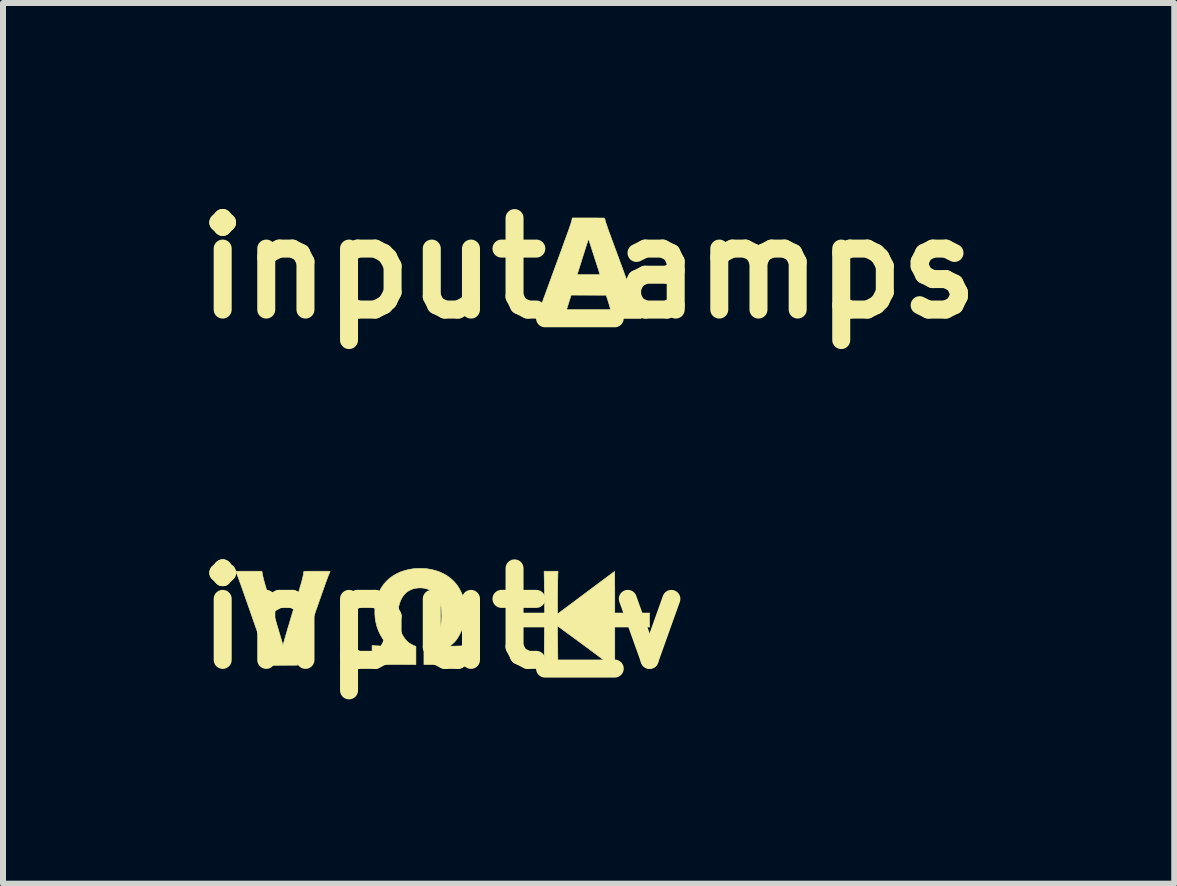
<source format=kicad_pcb>
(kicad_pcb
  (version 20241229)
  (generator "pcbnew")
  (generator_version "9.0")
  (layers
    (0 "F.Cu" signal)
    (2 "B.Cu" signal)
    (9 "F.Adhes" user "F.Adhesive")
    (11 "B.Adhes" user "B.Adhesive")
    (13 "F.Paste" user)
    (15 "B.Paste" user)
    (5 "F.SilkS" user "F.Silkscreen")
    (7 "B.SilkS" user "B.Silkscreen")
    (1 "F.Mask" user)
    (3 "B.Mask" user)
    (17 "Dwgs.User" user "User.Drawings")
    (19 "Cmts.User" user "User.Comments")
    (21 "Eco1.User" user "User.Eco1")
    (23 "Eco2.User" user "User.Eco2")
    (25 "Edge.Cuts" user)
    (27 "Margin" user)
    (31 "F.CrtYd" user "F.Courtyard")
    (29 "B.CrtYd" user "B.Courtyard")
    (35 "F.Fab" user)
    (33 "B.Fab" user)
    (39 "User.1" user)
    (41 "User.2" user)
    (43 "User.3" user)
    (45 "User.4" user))
  (footprint "input_v"
    (layer "F.Cu")
    (at 4.325 7.254)
    (property "Reference" "input_v" (at 0 0 0) (layer "F.SilkS") (effects (font (size 1.524 1.524) (thickness 0.3))))
    (attr through_hole)
    (fp_poly (pts (xy 1.918 -0.705) (xy 1.918 -0.678) (xy 1.917 -0.647) (xy 1.916 -0.613) (xy 1.916 -0.576) (xy 1.915 -0.536) (xy 1.915 -0.495) (xy 1.914 -0.452) (xy 1.914 -0.409) (xy 1.914 -0.366) (xy 1.913 -0.324) (xy 1.913 -0.284) (xy 1.913 -0.245) (xy 1.913 -0.208) (xy 1.913 -0.175) (xy 1.913 -0.146) (xy 1.913 -0.121) (xy 1.914 -0.101) (xy 1.914 -0.087) (xy 1.914 -0.078) (xy 1.915 -0.077) (xy 1.918 -0.079) (xy 1.927 -0.085) (xy 1.941 -0.096) (xy 1.96 -0.11) (xy 1.983 -0.127) (xy 2.011 -0.148) (xy 2.042 -0.171) (xy 2.078 -0.197) (xy 2.116 -0.226) (xy 2.158 -0.257) (xy 2.202 -0.29) (xy 2.249 -0.325) (xy 2.298 -0.362) (xy 2.349 -0.4) (xy 2.389 -0.43) (xy 2.441 -0.469) (xy 2.491 -0.506) (xy 2.54 -0.543) (xy 2.586 -0.577) (xy 2.63 -0.61) (xy 2.671 -0.64) (xy 2.709 -0.669) (xy 2.743 -0.694) (xy 2.774 -0.717) (xy 2.801 -0.737) (xy 2.823 -0.754) (xy 2.841 -0.767) (xy 2.854 -0.776) (xy 2.861 -0.782) (xy 2.863 -0.783) (xy 2.864 -0.78) (xy 2.864 -0.769) (xy 2.865 -0.752) (xy 2.865 -0.728) (xy 2.866 -0.698) (xy 2.866 -0.661) (xy 2.866 -0.618) (xy 2.866 -0.57) (xy 2.867 -0.515) (xy 2.867 -0.456) (xy 2.867 -0.438) (xy 2.867 -0.091) (xy 3.451 -0.091) (xy 3.448 -0.079) (xy 3.447 -0.071) (xy 3.446 -0.058) (xy 3.446 -0.039) (xy 3.446 -0.018) (xy 3.445 0.006) (xy 3.445 0.031) (xy 3.446 0.055) (xy 3.446 0.078) (xy 3.446 0.098) (xy 3.447 0.114) (xy 3.448 0.124) (xy 3.448 0.126) (xy 3.451 0.142) (xy 2.867 0.142) (xy 2.867 0.835) (xy 2.858 0.829) (xy 2.852 0.824) (xy 2.842 0.816) (xy 2.829 0.805) (xy 2.813 0.793) (xy 2.803 0.784) (xy 2.788 0.772) (xy 2.767 0.756) (xy 2.742 0.737) (xy 2.712 0.714) (xy 2.678 0.688) (xy 2.64 0.66) (xy 2.599 0.629) (xy 2.556 0.597) (xy 2.51 0.562) (xy 2.462 0.527) (xy 2.413 0.49) (xy 2.362 0.453) (xy 2.312 0.416) (xy 2.261 0.378) (xy 2.21 0.341) (xy 2.161 0.305) (xy 2.146 0.294) (xy 2.11 0.268) (xy 2.076 0.243) (xy 2.044 0.219) (xy 2.014 0.198) (xy 1.988 0.178) (xy 1.965 0.161) (xy 1.946 0.147) (xy 1.931 0.136) (xy 1.921 0.129) (xy 1.917 0.126) (xy 1.916 0.126) (xy 1.915 0.126) (xy 1.914 0.128) (xy 1.914 0.134) (xy 1.913 0.143) (xy 1.913 0.156) (xy 1.913 0.173) (xy 1.913 0.196) (xy 1.913 0.225) (xy 1.913 0.26) (xy 1.914 0.285) (xy 1.914 0.324) (xy 1.915 0.368) (xy 1.915 0.416) (xy 1.916 0.466) (xy 1.917 0.517) (xy 1.917 0.567) (xy 1.918 0.613) (xy 1.918 0.641) (xy 1.92 0.835) (xy 1.691 0.835) (xy 1.693 0.488) (xy 1.696 0.142) (xy 1.408 0.142) (xy 1.119 0.142) (xy 1.119 -0.091) (xy 1.409 -0.091) (xy 1.699 -0.091) (xy 1.697 -0.308) (xy 1.696 -0.352) (xy 1.696 -0.398) (xy 1.695 -0.445) (xy 1.695 -0.491) (xy 1.694 -0.536) (xy 1.693 -0.577) (xy 1.693 -0.615) (xy 1.692 -0.646) (xy 1.692 -0.656) (xy 1.69 -0.787) (xy 1.921 -0.787) (xy 1.918 -0.705)) (stroke (width 0.01) (type solid)) (fill yes) (layer "F.SilkS"))
    (fp_poly (pts (xy -0.351 -0.832) (xy -0.319 -0.832) (xy -0.291 -0.831) (xy -0.267 -0.829) (xy -0.258 -0.828) (xy -0.182 -0.815) (xy -0.11 -0.796) (xy -0.042 -0.772) (xy 0.021 -0.742) (xy 0.08 -0.707) (xy 0.134 -0.667) (xy 0.183 -0.622) (xy 0.227 -0.572) (xy 0.266 -0.517) (xy 0.299 -0.457) (xy 0.325 -0.399) (xy 0.343 -0.344) (xy 0.357 -0.284) (xy 0.366 -0.22) (xy 0.371 -0.154) (xy 0.371 -0.088) (xy 0.367 -0.021) (xy 0.358 0.045) (xy 0.344 0.108) (xy 0.339 0.128) (xy 0.319 0.188) (xy 0.292 0.249) (xy 0.26 0.307) (xy 0.233 0.349) (xy 0.218 0.368) (xy 0.199 0.39) (xy 0.177 0.411) (xy 0.156 0.43) (xy 0.145 0.439) (xy 0.116 0.461) (xy 0.18 0.461) (xy 0.213 0.46) (xy 0.249 0.459) (xy 0.287 0.458) (xy 0.324 0.456) (xy 0.358 0.454) (xy 0.388 0.452) (xy 0.393 0.451) (xy 0.417 0.449) (xy 0.417 0.779) (xy 0.357 0.773) (xy 0.343 0.772) (xy 0.328 0.771) (xy 0.31 0.771) (xy 0.289 0.77) (xy 0.264 0.769) (xy 0.235 0.769) (xy 0.202 0.768) (xy 0.164 0.768) (xy 0.12 0.768) (xy 0.07 0.768) (xy 0.013 0.768) (xy -0.008 0.768) (xy -0.312 0.767) (xy -0.312 0.465) (xy -0.291 0.457) (xy -0.265 0.446) (xy -0.239 0.433) (xy -0.215 0.419) (xy -0.195 0.406) (xy -0.188 0.4) (xy -0.152 0.365) (xy -0.119 0.323) (xy -0.09 0.277) (xy -0.066 0.226) (xy -0.046 0.17) (xy -0.031 0.111) (xy -0.021 0.049) (xy -0.015 -0.016) (xy -0.015 -0.052) (xy -0.017 -0.118) (xy -0.024 -0.18) (xy -0.037 -0.237) (xy -0.054 -0.289) (xy -0.076 -0.336) (xy -0.102 -0.378) (xy -0.133 -0.414) (xy -0.169 -0.445) (xy -0.209 -0.471) (xy -0.223 -0.477) (xy -0.265 -0.494) (xy -0.311 -0.505) (xy -0.359 -0.51) (xy -0.407 -0.509) (xy -0.455 -0.503) (xy -0.501 -0.491) (xy -0.535 -0.477) (xy -0.577 -0.454) (xy -0.614 -0.426) (xy -0.646 -0.391) (xy -0.675 -0.351) (xy -0.698 -0.306) (xy -0.718 -0.256) (xy -0.732 -0.201) (xy -0.733 -0.197) (xy -0.739 -0.154) (xy -0.744 -0.107) (xy -0.746 -0.059) (xy -0.745 -0.012) (xy -0.744 -0.004) (xy -0.743 0.016) (xy -0.741 0.035) (xy -0.74 0.05) (xy -0.739 0.06) (xy -0.738 0.062) (xy -0.726 0.122) (xy -0.711 0.176) (xy -0.694 0.225) (xy -0.673 0.27) (xy -0.649 0.31) (xy -0.621 0.348) (xy -0.588 0.384) (xy -0.586 0.386) (xy -0.56 0.408) (xy -0.529 0.428) (xy -0.491 0.447) (xy -0.467 0.457) (xy -0.446 0.465) (xy -0.446 0.768) (xy -0.687 0.766) (xy -0.766 0.766) (xy -0.84 0.766) (xy -0.907 0.767) (xy -0.968 0.768) (xy -1.023 0.769) (xy -1.071 0.771) (xy -1.112 0.773) (xy -1.145 0.776) (xy -1.149 0.776) (xy -1.176 0.779) (xy -1.176 0.449) (xy -1.155 0.451) (xy -1.135 0.453) (xy -1.111 0.455) (xy -1.082 0.456) (xy -1.051 0.458) (xy -1.019 0.459) (xy -0.989 0.46) (xy -0.961 0.46) (xy -0.938 0.46) (xy -0.93 0.46) (xy -0.878 0.459) (xy -0.902 0.441) (xy -0.933 0.416) (xy -0.961 0.387) (xy -0.988 0.352) (xy -1.002 0.332) (xy -1.039 0.27) (xy -1.07 0.205) (xy -1.095 0.136) (xy -1.113 0.065) (xy -1.125 -0.008) (xy -1.13 -0.083) (xy -1.129 -0.157) (xy -1.122 -0.223) (xy -1.112 -0.284) (xy -1.098 -0.341) (xy -1.08 -0.396) (xy -1.056 -0.45) (xy -1.05 -0.461) (xy -1.017 -0.52) (xy -0.977 -0.575) (xy -0.933 -0.625) (xy -0.883 -0.67) (xy -0.829 -0.71) (xy -0.77 -0.744) (xy -0.706 -0.774) (xy -0.638 -0.797) (xy -0.566 -0.816) (xy -0.493 -0.828) (xy -0.473 -0.83) (xy -0.446 -0.831) (xy -0.416 -0.832) (xy -0.384 -0.833) (xy -0.351 -0.832)) (stroke (width 0.01) (type solid)) (fill yes) (layer "F.SilkS"))
    (fp_poly (pts (xy -3.01 -0.779) (xy -3.009 -0.772) (xy -3.007 -0.76) (xy -3.004 -0.745) (xy -3.003 -0.737) (xy -3.001 -0.726) (xy -2.999 -0.715) (xy -2.996 -0.704) (xy -2.993 -0.691) (xy -2.99 -0.677) (xy -2.986 -0.661) (xy -2.981 -0.643) (xy -2.976 -0.622) (xy -2.969 -0.599) (xy -2.962 -0.572) (xy -2.953 -0.542) (xy -2.943 -0.507) (xy -2.931 -0.468) (xy -2.919 -0.424) (xy -2.904 -0.376) (xy -2.888 -0.321) (xy -2.87 -0.261) (xy -2.85 -0.194) (xy -2.834 -0.14) (xy -2.817 -0.082) (xy -2.8 -0.025) (xy -2.783 0.03) (xy -2.768 0.083) (xy -2.753 0.133) (xy -2.739 0.18) (xy -2.726 0.224) (xy -2.714 0.264) (xy -2.704 0.299) (xy -2.695 0.329) (xy -2.687 0.354) (xy -2.682 0.373) (xy -2.678 0.386) (xy -2.678 0.389) (xy -2.672 0.408) (xy -2.668 0.424) (xy -2.664 0.437) (xy -2.662 0.444) (xy -2.661 0.445) (xy -2.66 0.442) (xy -2.657 0.432) (xy -2.653 0.418) (xy -2.648 0.4) (xy -2.643 0.383) (xy -2.64 0.372) (xy -2.635 0.354) (xy -2.628 0.33) (xy -2.62 0.301) (xy -2.61 0.267) (xy -2.598 0.228) (xy -2.586 0.186) (xy -2.572 0.139) (xy -2.557 0.09) (xy -2.542 0.038) (xy -2.526 -0.016) (xy -2.509 -0.072) (xy -2.492 -0.129) (xy -2.49 -0.134) (xy -2.469 -0.206) (xy -2.449 -0.272) (xy -2.432 -0.331) (xy -2.416 -0.385) (xy -2.401 -0.433) (xy -2.389 -0.476) (xy -2.378 -0.514) (xy -2.368 -0.548) (xy -2.359 -0.578) (xy -2.352 -0.604) (xy -2.345 -0.627) (xy -2.34 -0.647) (xy -2.336 -0.665) (xy -2.332 -0.68) (xy -2.329 -0.694) (xy -2.326 -0.706) (xy -2.324 -0.717) (xy -2.322 -0.727) (xy -2.321 -0.737) (xy -2.32 -0.738) (xy -2.318 -0.755) (xy -2.315 -0.769) (xy -2.314 -0.779) (xy -2.313 -0.783) (xy -2.311 -0.784) (xy -2.306 -0.785) (xy -2.298 -0.785) (xy -2.285 -0.786) (xy -2.268 -0.786) (xy -2.247 -0.787) (xy -2.219 -0.787) (xy -2.186 -0.787) (xy -2.147 -0.787) (xy -2.1 -0.787) (xy -2.094 -0.787) (xy -2.055 -0.787) (xy -2.018 -0.787) (xy -1.984 -0.787) (xy -1.954 -0.787) (xy -1.927 -0.787) (xy -1.906 -0.786) (xy -1.89 -0.786) (xy -1.88 -0.786) (xy -1.876 -0.786) (xy -1.876 -0.786) (xy -1.877 -0.782) (xy -1.881 -0.772) (xy -1.886 -0.759) (xy -1.893 -0.743) (xy -1.894 -0.741) (xy -1.898 -0.731) (xy -1.903 -0.72) (xy -1.907 -0.709) (xy -1.912 -0.696) (xy -1.917 -0.682) (xy -1.923 -0.666) (xy -1.93 -0.649) (xy -1.937 -0.629) (xy -1.945 -0.606) (xy -1.955 -0.58) (xy -1.965 -0.551) (xy -1.977 -0.519) (xy -1.989 -0.482) (xy -2.004 -0.442) (xy -2.02 -0.396) (xy -2.037 -0.346) (xy -2.057 -0.29) (xy -2.078 -0.229) (xy -2.102 -0.163) (xy -2.127 -0.09) (xy -2.155 -0.01) (xy -2.159 0.002) (xy -2.187 0.082) (xy -2.213 0.156) (xy -2.236 0.224) (xy -2.258 0.285) (xy -2.277 0.341) (xy -2.295 0.392) (xy -2.311 0.438) (xy -2.325 0.479) (xy -2.338 0.516) (xy -2.349 0.549) (xy -2.359 0.578) (xy -2.367 0.604) (xy -2.375 0.626) (xy -2.382 0.646) (xy -2.387 0.663) (xy -2.392 0.679) (xy -2.396 0.692) (xy -2.4 0.704) (xy -2.403 0.715) (xy -2.406 0.724) (xy -2.408 0.734) (xy -2.409 0.738) (xy -2.419 0.778) (xy -2.661 0.779) (xy -2.711 0.779) (xy -2.754 0.78) (xy -2.79 0.78) (xy -2.821 0.779) (xy -2.846 0.779) (xy -2.866 0.779) (xy -2.881 0.778) (xy -2.892 0.778) (xy -2.899 0.777) (xy -2.903 0.776) (xy -2.904 0.776) (xy -2.906 0.77) (xy -2.909 0.76) (xy -2.912 0.746) (xy -2.914 0.738) (xy -2.916 0.728) (xy -2.919 0.718) (xy -2.922 0.706) (xy -2.926 0.693) (xy -2.931 0.677) (xy -2.937 0.659) (xy -2.944 0.638) (xy -2.951 0.615) (xy -2.96 0.588) (xy -2.971 0.557) (xy -2.983 0.523) (xy -2.996 0.484) (xy -3.011 0.441) (xy -3.028 0.393) (xy -3.046 0.34) (xy -3.066 0.281) (xy -3.089 0.217) (xy -3.114 0.146) (xy -3.141 0.07) (xy -3.157 0.024) (xy -3.185 -0.057) (xy -3.211 -0.132) (xy -3.235 -0.2) (xy -3.257 -0.263) (xy -3.277 -0.319) (xy -3.295 -0.371) (xy -3.311 -0.417) (xy -3.326 -0.459) (xy -3.339 -0.496) (xy -3.351 -0.529) (xy -3.361 -0.559) (xy -3.37 -0.584) (xy -3.379 -0.607) (xy -3.386 -0.627) (xy -3.392 -0.644) (xy -3.397 -0.659) (xy -3.402 -0.672) (xy -3.406 -0.683) (xy -3.41 -0.693) (xy -3.413 -0.701) (xy -3.416 -0.709) (xy -3.419 -0.717) (xy -3.422 -0.724) (xy -3.425 -0.732) (xy -3.426 -0.733) (xy -3.433 -0.751) (xy -3.439 -0.766) (xy -3.444 -0.778) (xy -3.447 -0.785) (xy -3.447 -0.786) (xy -3.444 -0.786) (xy -3.433 -0.787) (xy -3.417 -0.787) (xy -3.396 -0.787) (xy -3.369 -0.787) (xy -3.339 -0.787) (xy -3.305 -0.787) (xy -3.268 -0.787) (xy -3.229 -0.787) (xy -3.012 -0.787) (xy -3.01 -0.779)) (stroke (width 0.01) (type solid)) (fill yes) (layer "F.SilkS")))
  (footprint "input_amps"
    (layer "F.Cu")
    (at 6.756 1.418)
    (property "Reference" "input_amps" (at 0 0 0) (layer "F.SilkS") (effects (font (size 1.524 1.524) (thickness 0.3))))
    (attr through_hole)
    (fp_poly (pts (xy 0.048 -0.837) (xy 0.092 -0.837) (xy 0.13 -0.837) (xy 0.162 -0.836) (xy 0.189 -0.836) (xy 0.21 -0.836) (xy 0.227 -0.836) (xy 0.241 -0.835) (xy 0.25 -0.835) (xy 0.257 -0.834) (xy 0.262 -0.833) (xy 0.265 -0.832) (xy 0.266 -0.831) (xy 0.267 -0.83) (xy 0.268 -0.824) (xy 0.272 -0.813) (xy 0.276 -0.797) (xy 0.281 -0.779) (xy 0.283 -0.771) (xy 0.288 -0.756) (xy 0.295 -0.735) (xy 0.304 -0.709) (xy 0.314 -0.679) (xy 0.325 -0.647) (xy 0.337 -0.614) (xy 0.349 -0.58) (xy 0.351 -0.575) (xy 0.359 -0.554) (xy 0.369 -0.527) (xy 0.381 -0.494) (xy 0.395 -0.455) (xy 0.411 -0.412) (xy 0.429 -0.364) (xy 0.448 -0.313) (xy 0.468 -0.258) (xy 0.489 -0.201) (xy 0.511 -0.141) (xy 0.533 -0.081) (xy 0.556 -0.019) (xy 0.579 0.043) (xy 0.592 0.08) (xy 0.621 0.16) (xy 0.648 0.233) (xy 0.673 0.299) (xy 0.695 0.36) (xy 0.715 0.415) (xy 0.733 0.464) (xy 0.75 0.509) (xy 0.765 0.548) (xy 0.778 0.584) (xy 0.789 0.615) (xy 0.8 0.643) (xy 0.809 0.667) (xy 0.817 0.688) (xy 0.824 0.707) (xy 0.831 0.723) (xy 0.836 0.737) (xy 0.841 0.75) (xy 0.846 0.761) (xy 0.85 0.771) (xy 0.852 0.775) (xy 0.859 0.792) (xy 0.865 0.807) (xy 0.871 0.819) (xy 0.873 0.825) (xy 0.878 0.837) (xy 0.397 0.837) (xy 0.387 0.782) (xy 0.373 0.718) (xy 0.355 0.648) (xy 0.333 0.573) (xy 0.319 0.529) (xy 0.293 0.45) (xy 0.001 0.449) (xy -0.291 0.448) (xy -0.319 0.535) (xy -0.334 0.584) (xy -0.348 0.627) (xy -0.359 0.664) (xy -0.369 0.697) (xy -0.376 0.726) (xy -0.383 0.752) (xy -0.388 0.776) (xy -0.391 0.799) (xy -0.394 0.817) (xy -0.397 0.837) (xy -0.878 0.837) (xy -0.868 0.816) (xy -0.861 0.8) (xy -0.854 0.784) (xy -0.85 0.776) (xy -0.848 0.772) (xy -0.846 0.767) (xy -0.844 0.76) (xy -0.841 0.753) (xy -0.837 0.743) (xy -0.832 0.731) (xy -0.827 0.717) (xy -0.821 0.701) (xy -0.814 0.682) (xy -0.805 0.659) (xy -0.796 0.633) (xy -0.785 0.603) (xy -0.772 0.57) (xy -0.758 0.532) (xy -0.743 0.489) (xy -0.725 0.442) (xy -0.706 0.389) (xy -0.685 0.332) (xy -0.662 0.268) (xy -0.636 0.199) (xy -0.609 0.123) (xy -0.601 0.103) (xy -0.189 0.103) (xy -0.188 0.104) (xy -0.185 0.105) (xy -0.18 0.106) (xy -0.172 0.107) (xy -0.161 0.107) (xy -0.145 0.108) (xy -0.124 0.108) (xy -0.099 0.108) (xy -0.067 0.108) (xy -0.029 0.108) (xy 0 0.108) (xy 0.191 0.108) (xy 0.188 0.1) (xy 0.186 0.093) (xy 0.182 0.08) (xy 0.176 0.062) (xy 0.169 0.039) (xy 0.16 0.011) (xy 0.15 -0.02) (xy 0.139 -0.054) (xy 0.127 -0.091) (xy 0.115 -0.129) (xy 0.102 -0.168) (xy 0.089 -0.208) (xy 0.077 -0.247) (xy 0.064 -0.285) (xy 0.052 -0.323) (xy 0.041 -0.357) (xy 0.031 -0.39) (xy 0.021 -0.418) (xy 0.013 -0.443) (xy 0.007 -0.463) (xy 0.002 -0.478) (xy -0.001 -0.486) (xy -0.002 -0.488) (xy -0.003 -0.485) (xy -0.006 -0.475) (xy -0.011 -0.459) (xy -0.018 -0.439) (xy -0.026 -0.413) (xy -0.035 -0.384) (xy -0.046 -0.351) (xy -0.057 -0.316) (xy -0.069 -0.278) (xy -0.081 -0.239) (xy -0.094 -0.2) (xy -0.107 -0.16) (xy -0.119 -0.121) (xy -0.131 -0.083) (xy -0.142 -0.047) (xy -0.153 -0.013) (xy -0.163 0.018) (xy -0.171 0.045) (xy -0.178 0.067) (xy -0.184 0.085) (xy -0.188 0.097) (xy -0.189 0.102) (xy -0.189 0.103) (xy -0.601 0.103) (xy -0.579 0.041) (xy -0.547 -0.045) (xy -0.517 -0.128) (xy -0.489 -0.204) (xy -0.463 -0.274) (xy -0.44 -0.338) (xy -0.419 -0.396) (xy -0.4 -0.449) (xy -0.382 -0.496) (xy -0.367 -0.539) (xy -0.353 -0.577) (xy -0.341 -0.611) (xy -0.33 -0.641) (xy -0.321 -0.668) (xy -0.313 -0.691) (xy -0.306 -0.711) (xy -0.3 -0.729) (xy -0.295 -0.744) (xy -0.291 -0.757) (xy -0.287 -0.769) (xy -0.285 -0.779) (xy -0.282 -0.788) (xy -0.28 -0.796) (xy -0.278 -0.804) (xy -0.278 -0.806) (xy -0.271 -0.837) (xy -0.003 -0.837) (xy 0.048 -0.837)) (stroke (width 0.01) (type solid)) (fill yes) (layer "F.SilkS")))
  (gr_rect
    (start -3 -3)
    (end 16.513 11.672)
    (stroke (width 0.1) (type default))
    (fill no)
    (layer "Edge.Cuts")))
</source>
